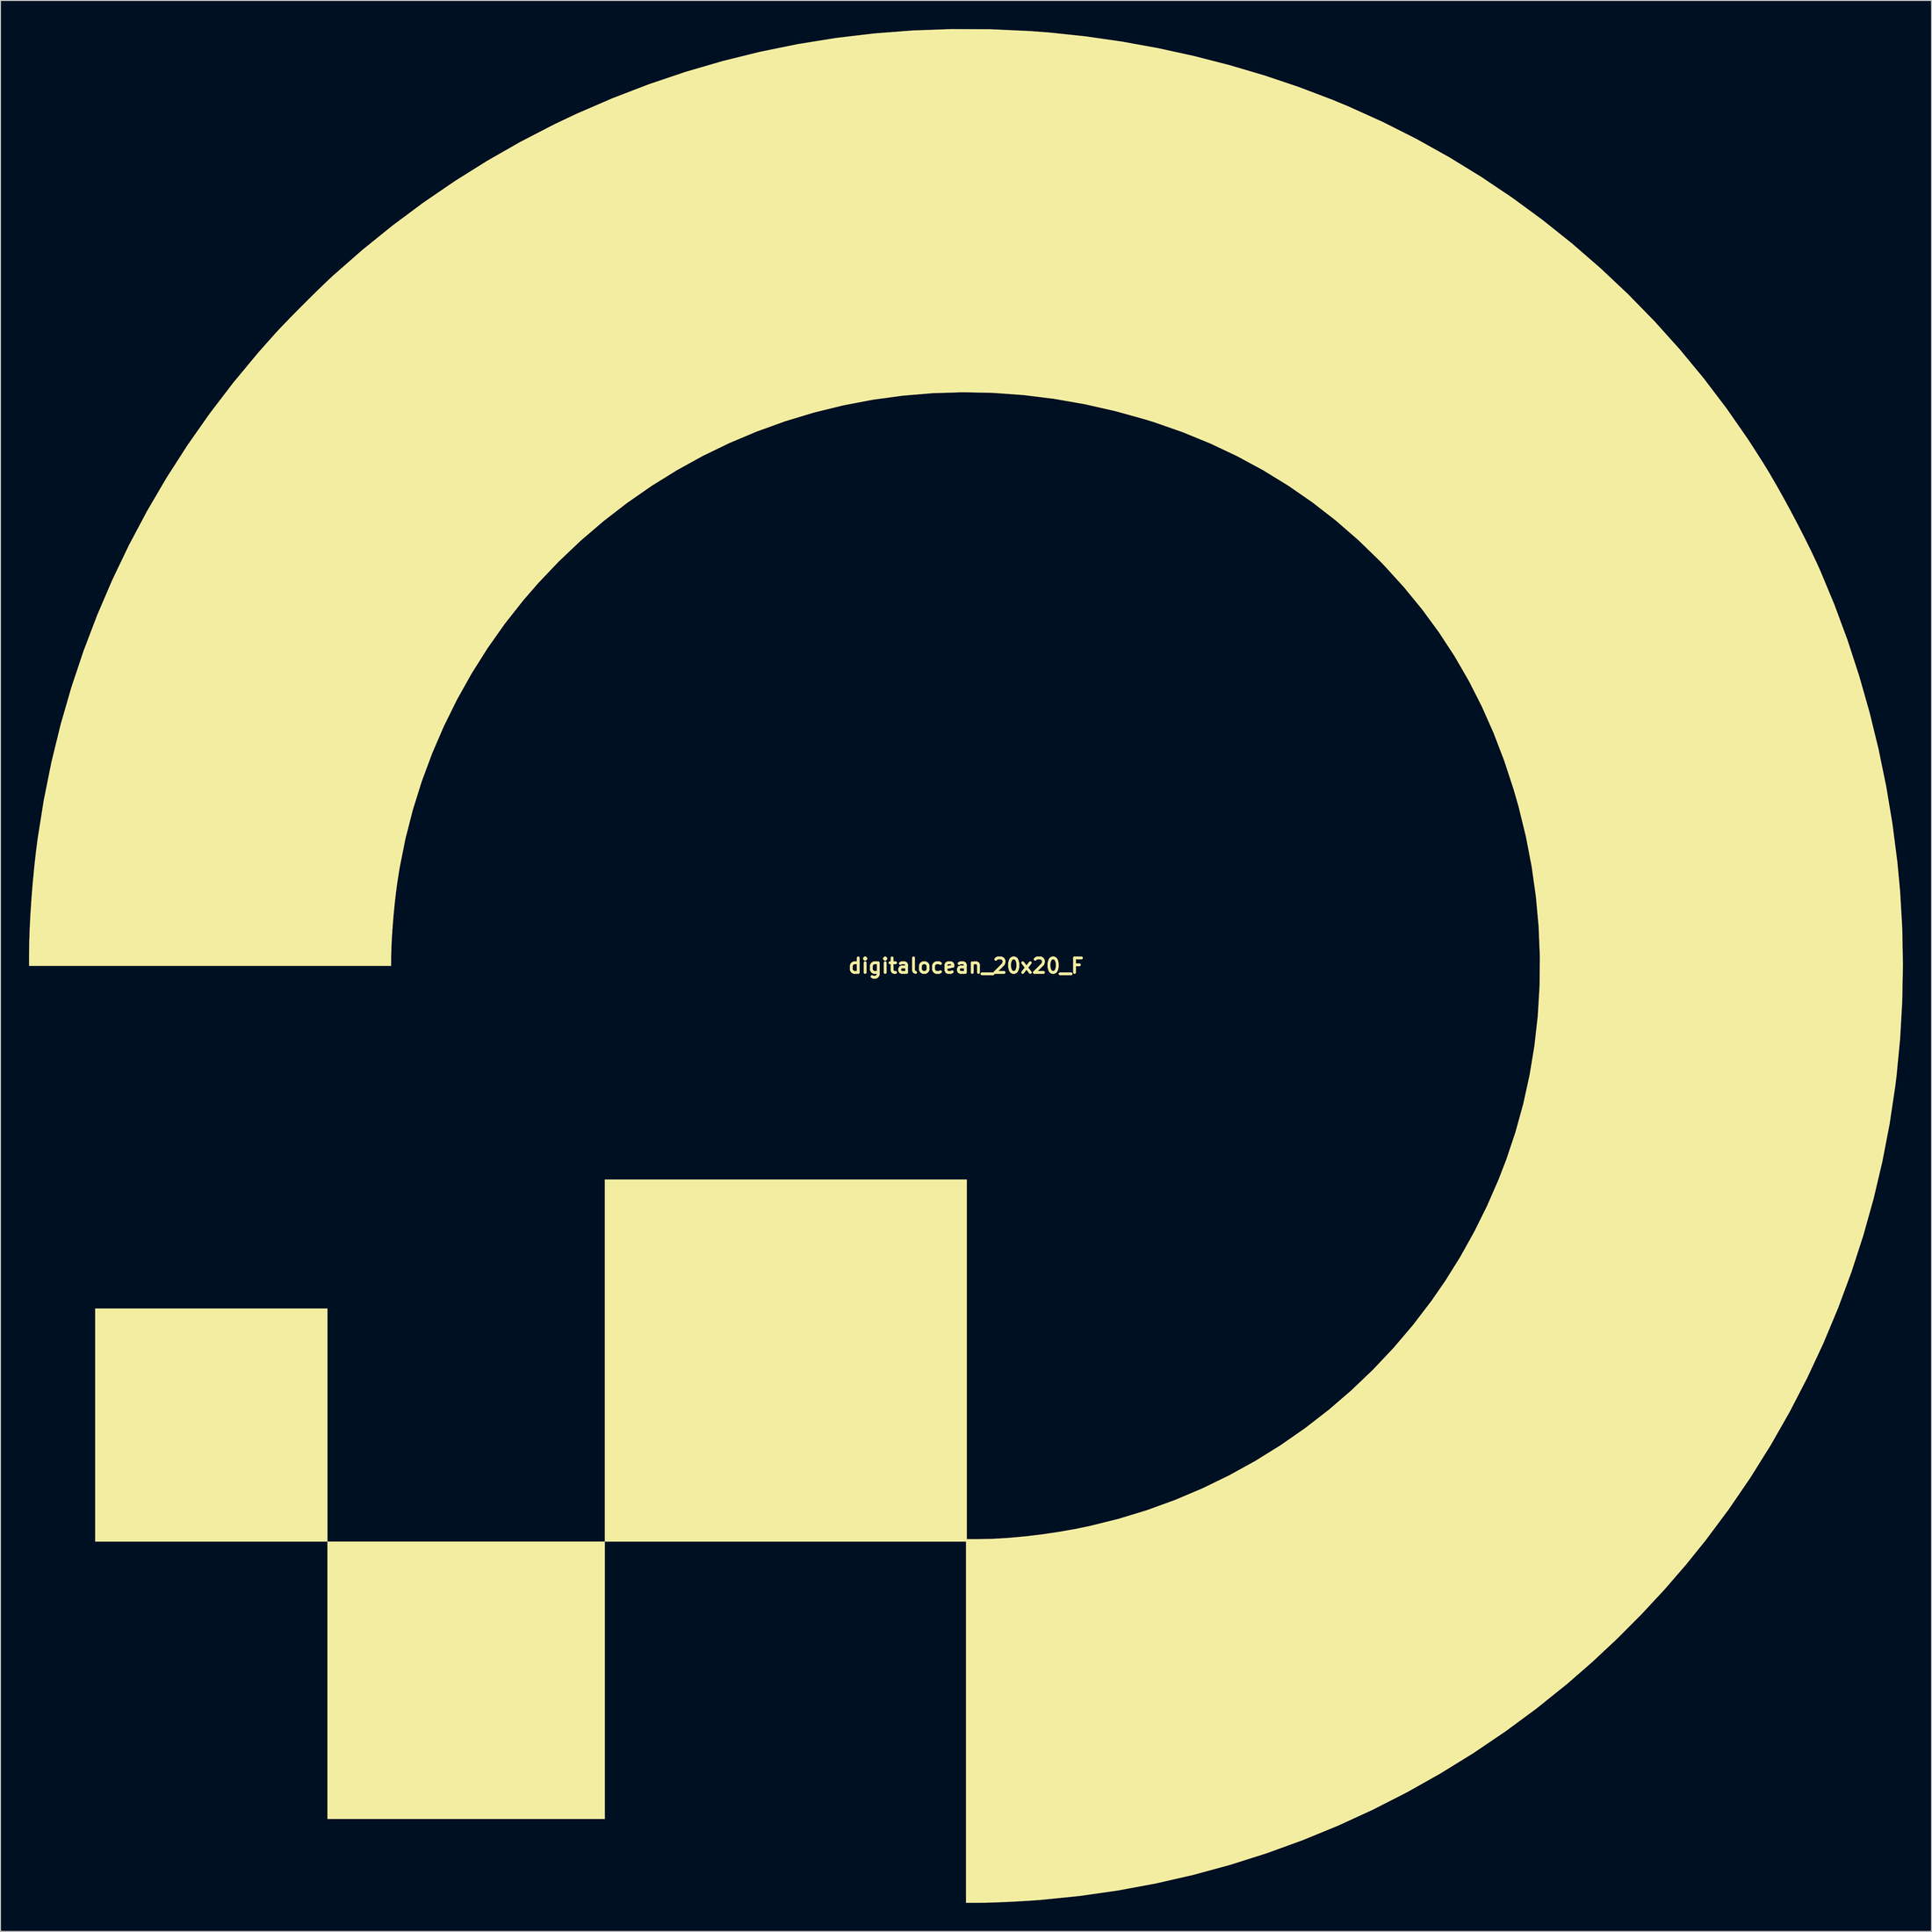
<source format=kicad_pcb>
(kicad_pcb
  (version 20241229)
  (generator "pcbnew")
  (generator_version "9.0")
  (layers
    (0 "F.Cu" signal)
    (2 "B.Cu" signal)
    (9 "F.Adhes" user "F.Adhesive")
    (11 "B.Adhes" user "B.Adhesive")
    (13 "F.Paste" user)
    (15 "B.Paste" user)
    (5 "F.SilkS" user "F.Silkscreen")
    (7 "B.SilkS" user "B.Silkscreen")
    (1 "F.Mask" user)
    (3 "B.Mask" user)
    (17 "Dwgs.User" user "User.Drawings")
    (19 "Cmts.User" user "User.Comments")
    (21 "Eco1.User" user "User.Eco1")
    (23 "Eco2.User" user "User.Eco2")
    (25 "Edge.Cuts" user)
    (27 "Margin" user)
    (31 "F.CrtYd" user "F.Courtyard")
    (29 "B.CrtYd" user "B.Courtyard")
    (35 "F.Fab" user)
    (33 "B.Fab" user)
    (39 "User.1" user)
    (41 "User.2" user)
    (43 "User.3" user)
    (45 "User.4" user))
  (footprint "digitalocean_20x20_F"
    (layer "F.Cu")
    (at 98.388 98.371)
    (property "Reference" "digitalocean_20x20_F" (at 0 0 0) (layer "F.SilkS") (effects (font (size 1.524 1.524) (thickness 0.3))))
    (attr through_hole)
    (fp_poly (pts (xy -67.056 60.452) (xy -91.44 60.452) (xy -91.44 35.983) (xy -67.056 35.983) (xy -67.056 60.452)) (stroke (width 0.01) (type solid)) (fill yes) (layer "F.SilkS"))
    (fp_poly (pts (xy -37.931 89.577) (xy -67.056 89.577) (xy -67.056 60.452) (xy -37.931 60.452) (xy -37.931 89.577)) (stroke (width 0.01) (type solid)) (fill yes) (layer "F.SilkS"))
    (fp_poly (pts (xy -37.931 22.437) (xy 0.085 22.437) (xy 0.085 60.198) (xy 1.293 60.198) (xy 2.814 60.165) (xy 4.454 60.068) (xy 6.176 59.912) (xy 7.943 59.702) (xy 9.72 59.44) (xy 11.469 59.133) (xy 12.912 58.837) (xy 15.979 58.077) (xy 18.992 57.159) (xy 21.945 56.086) (xy 24.832 54.863) (xy 27.647 53.493) (xy 30.386 51.98) (xy 33.043 50.328) (xy 35.611 48.541) (xy 38.086 46.622) (xy 40.462 44.575) (xy 42.734 42.404) (xy 44.896 40.113) (xy 46.942 37.706) (xy 48.867 35.187) (xy 50.336 33.062) (xy 51.899 30.557) (xy 53.359 27.937) (xy 54.7 25.233) (xy 55.907 22.473) (xy 56.715 20.388) (xy 57.695 17.463) (xy 58.517 14.483) (xy 59.181 11.457) (xy 59.687 8.39) (xy 60.035 5.291) (xy 60.224 2.167) (xy 60.255 -0.976) (xy 60.127 -4.129) (xy 59.84 -7.287) (xy 59.395 -10.44) (xy 58.79 -13.583) (xy 58.025 -16.707) (xy 57.494 -18.557) (xy 56.504 -21.569) (xy 55.393 -24.464) (xy 54.157 -27.251) (xy 52.792 -29.935) (xy 51.296 -32.523) (xy 49.662 -35.021) (xy 47.889 -37.438) (xy 45.971 -39.778) (xy 43.905 -42.049) (xy 43.394 -42.577) (xy 41.159 -44.741) (xy 38.823 -46.769) (xy 36.388 -48.66) (xy 33.855 -50.413) (xy 31.228 -52.028) (xy 28.506 -53.502) (xy 25.692 -54.835) (xy 22.789 -56.026) (xy 19.797 -57.074) (xy 18.881 -57.36) (xy 15.676 -58.252) (xy 12.468 -58.978) (xy 9.259 -59.54) (xy 6.054 -59.936) (xy 2.858 -60.168) (xy -0.327 -60.235) (xy -3.497 -60.138) (xy -6.646 -59.876) (xy -9.771 -59.451) (xy -12.869 -58.863) (xy -15.935 -58.111) (xy -18.965 -57.196) (xy -21.955 -56.118) (xy -24.85 -54.9) (xy -27.638 -53.55) (xy -30.366 -52.046) (xy -33.024 -50.395) (xy -35.602 -48.604) (xy -38.091 -46.68) (xy -40.482 -44.631) (xy -42.765 -42.463) (xy -44.931 -40.184) (xy -46.483 -38.395) (xy -48.426 -35.931) (xy -50.236 -33.368) (xy -51.909 -30.715) (xy -53.442 -27.98) (xy -54.83 -25.17) (xy -56.07 -22.294) (xy -57.158 -19.36) (xy -58.091 -16.377) (xy -58.866 -13.351) (xy -59.478 -10.293) (xy -59.726 -8.721) (xy -59.869 -7.645) (xy -60 -6.494) (xy -60.115 -5.307) (xy -60.213 -4.122) (xy -60.289 -2.977) (xy -60.341 -1.91) (xy -60.365 -0.96) (xy -60.367 -0.699) (xy -60.367 0) (xy -98.383 0) (xy -98.382 -1.206) (xy -98.365 -2.525) (xy -98.314 -3.973) (xy -98.234 -5.515) (xy -98.127 -7.115) (xy -97.995 -8.738) (xy -97.841 -10.348) (xy -97.668 -11.908) (xy -97.485 -13.335) (xy -96.841 -17.386) (xy -96.036 -21.387) (xy -95.071 -25.334) (xy -93.948 -29.226) (xy -92.667 -33.058) (xy -91.231 -36.829) (xy -89.641 -40.534) (xy -87.898 -44.172) (xy -86.003 -47.739) (xy -83.959 -51.232) (xy -81.765 -54.648) (xy -79.424 -57.985) (xy -76.938 -61.239) (xy -74.307 -64.407) (xy -72.481 -66.461) (xy -72.059 -66.915) (xy -71.537 -67.461) (xy -70.939 -68.077) (xy -70.288 -68.739) (xy -69.607 -69.424) (xy -68.92 -70.109) (xy -68.249 -70.77) (xy -67.619 -71.385) (xy -67.052 -71.929) (xy -66.572 -72.379) (xy -66.461 -72.481) (xy -63.401 -75.164) (xy -60.243 -77.717) (xy -56.994 -80.135) (xy -53.662 -82.413) (xy -50.255 -84.547) (xy -46.777 -86.531) (xy -43.238 -88.362) (xy -40.852 -89.492) (xy -37.096 -91.115) (xy -33.293 -92.576) (xy -29.445 -93.874) (xy -25.555 -95.009) (xy -21.626 -95.98) (xy -17.661 -96.788) (xy -13.664 -97.431) (xy -9.637 -97.908) (xy -5.583 -98.22) (xy -1.506 -98.366) (xy 2.592 -98.345) (xy 6.708 -98.157) (xy 8.805 -97.998) (xy 12.584 -97.597) (xy 16.379 -97.051) (xy 20.172 -96.362) (xy 23.944 -95.536) (xy 27.675 -94.578) (xy 31.346 -93.493) (xy 34.936 -92.285) (xy 38.428 -90.96) (xy 40.132 -90.254) (xy 43.738 -88.624) (xy 47.27 -86.844) (xy 50.724 -84.917) (xy 54.094 -82.849) (xy 57.376 -80.642) (xy 60.564 -78.302) (xy 63.654 -75.833) (xy 66.642 -73.238) (xy 69.521 -70.522) (xy 72.287 -67.689) (xy 74.936 -64.743) (xy 77.462 -61.689) (xy 79.86 -58.53) (xy 82.126 -55.272) (xy 83.694 -52.832) (xy 84.383 -51.695) (xy 85.11 -50.443) (xy 85.858 -49.11) (xy 86.609 -47.728) (xy 87.347 -46.33) (xy 88.053 -44.948) (xy 88.712 -43.615) (xy 89.304 -42.365) (xy 89.701 -41.487) (xy 91.19 -37.908) (xy 92.55 -34.231) (xy 93.777 -30.469) (xy 94.868 -26.637) (xy 95.818 -22.75) (xy 96.625 -18.823) (xy 97.284 -14.869) (xy 97.792 -10.904) (xy 98.08 -7.832) (xy 98.303 -3.996) (xy 98.377 -0.113) (xy 98.302 3.787) (xy 98.08 7.672) (xy 97.71 11.512) (xy 97.575 12.615) (xy 96.98 16.595) (xy 96.219 20.543) (xy 95.296 24.454) (xy 94.213 28.323) (xy 92.973 32.144) (xy 91.577 35.911) (xy 90.028 39.62) (xy 88.328 43.264) (xy 86.481 46.838) (xy 84.487 50.336) (xy 82.351 53.754) (xy 80.073 57.085) (xy 77.657 60.324) (xy 75.619 62.854) (xy 73.326 65.504) (xy 70.9 68.113) (xy 68.374 70.648) (xy 65.778 73.079) (xy 63.145 75.373) (xy 63.077 75.43) (xy 59.893 77.986) (xy 56.619 80.401) (xy 53.26 82.672) (xy 49.82 84.797) (xy 46.303 86.776) (xy 42.715 88.605) (xy 39.059 90.284) (xy 35.339 91.81) (xy 31.561 93.182) (xy 27.728 94.398) (xy 23.845 95.455) (xy 19.916 96.353) (xy 15.946 97.09) (xy 11.94 97.663) (xy 7.9 98.071) (xy 7.747 98.083) (xy 6.817 98.151) (xy 5.825 98.213) (xy 4.808 98.268) (xy 3.806 98.314) (xy 2.855 98.35) (xy 1.993 98.373) (xy 1.26 98.382) (xy 1.206 98.382) (xy 0 98.383) (xy 0 60.452) (xy -37.931 60.452) (xy -37.931 22.437)) (stroke (width 0.01) (type solid)) (fill yes) (layer "F.SilkS")))
  (gr_rect
    (start -3 -3)
    (end 199.77 199.759)
    (stroke (width 0.1) (type default))
    (fill no)
    (layer "Edge.Cuts")))
</source>
